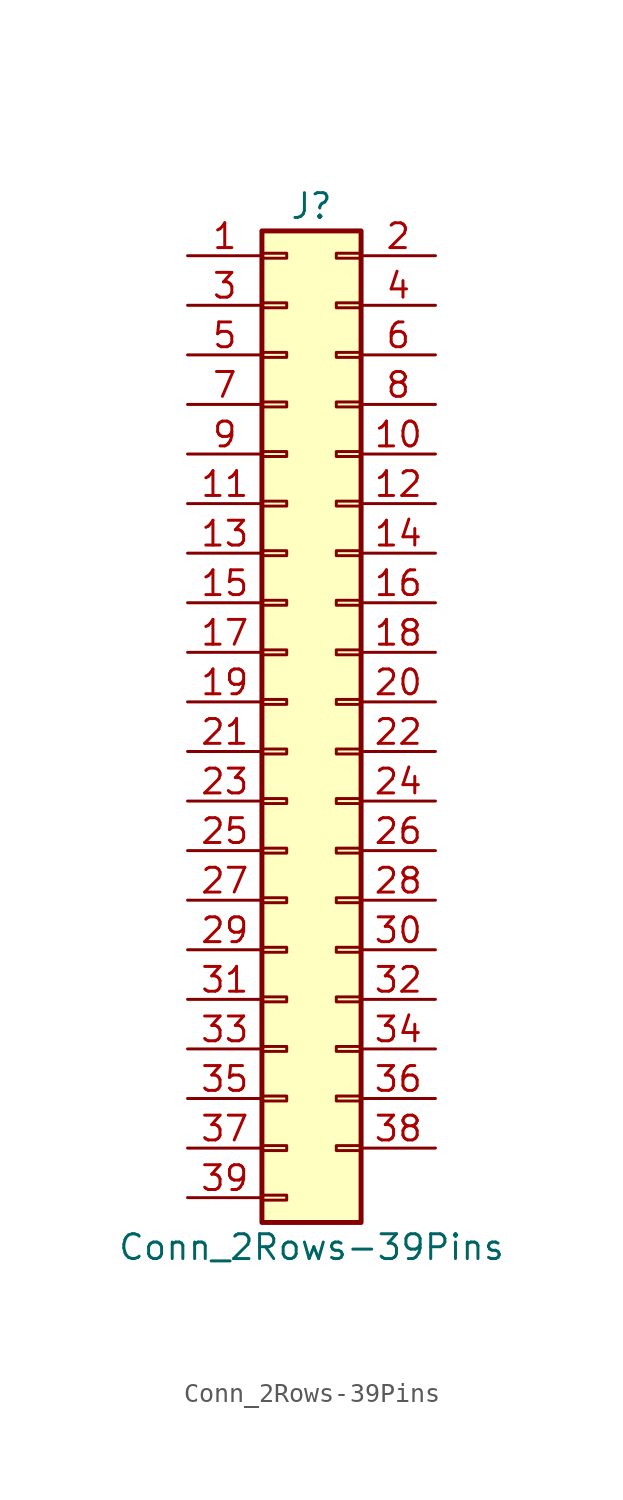
<source format=kicad_sym>
(kicad_symbol_lib
  (version 20200908)
  (generator kicad_symbol_editor)
  (symbol "Connector_Generic:Conn_2Rows-39Pins"
    (pin_names
      (offset 1.016) hide)
    (property "Reference" "J"
      (at 1.27 25.4 0)
      (effects (font (size 1.27 1.27))))
    (property "Value" "Conn_2Rows-39Pins"
      (at 1.27 -27.94 0)
      (effects (font (size 1.27 1.27))))
    (symbol "Conn_2Rows-39Pins_1_1"
      (rectangle (start -1.27 -4.953) (end 0 -5.207) (stroke (width 0.152)) (fill (type none)))
      (rectangle (start -1.27 -7.493) (end 0 -7.747) (stroke (width 0.152)) (fill (type none)))
      (rectangle (start -1.27 -10.033) (end 0 -10.287) (stroke (width 0.152)) (fill (type none)))
      (rectangle (start -1.27 -12.573) (end 0 -12.827) (stroke (width 0.152)) (fill (type none)))
      (rectangle (start -1.27 -15.113) (end 0 -15.367) (stroke (width 0.152)) (fill (type none)))
      (rectangle (start -1.27 -17.653) (end 0 -17.907) (stroke (width 0.152)) (fill (type none)))
      (rectangle (start -1.27 -20.193) (end 0 -20.447) (stroke (width 0.152)) (fill (type none)))
      (rectangle (start -1.27 -22.733) (end 0 -22.987) (stroke (width 0.152)) (fill (type none)))
      (rectangle (start -1.27 -2.413) (end 0 -2.667) (stroke (width 0.152)) (fill (type none)))
      (rectangle (start -1.27 -25.273) (end 0 -25.527) (stroke (width 0.152)) (fill (type none)))
      (rectangle (start -1.27 2.667) (end 0 2.413) (stroke (width 0.152)) (fill (type none)))
      (rectangle (start -1.27 5.207) (end 0 4.953) (stroke (width 0.152)) (fill (type none)))
      (rectangle (start -1.27 7.747) (end 0 7.493) (stroke (width 0.152)) (fill (type none)))
      (rectangle (start -1.27 10.287) (end 0 10.033) (stroke (width 0.152)) (fill (type none)))
      (rectangle (start -1.27 0.127) (end 0 -0.127) (stroke (width 0.152)) (fill (type none)))
      (rectangle (start -1.27 12.827) (end 0 12.573) (stroke (width 0.152)) (fill (type none)))
      (rectangle (start -1.27 15.367) (end 0 15.113) (stroke (width 0.152)) (fill (type none)))
      (rectangle (start -1.27 17.907) (end 0 17.653) (stroke (width 0.152)) (fill (type none)))
      (rectangle (start -1.27 20.447) (end 0 20.193) (stroke (width 0.152)) (fill (type none)))
      (rectangle (start -1.27 22.987) (end 0 22.733) (stroke (width 0.152)) (fill (type none)))
      (rectangle (start -1.27 24.13) (end 3.81 -26.67) (stroke (width 0.254)) (fill (type background)))
      (rectangle (start 3.81 -4.953) (end 2.54 -5.207) (stroke (width 0.152)) (fill (type none)))
      (rectangle (start 3.81 -7.493) (end 2.54 -7.747) (stroke (width 0.152)) (fill (type none)))
      (rectangle (start 3.81 -10.033) (end 2.54 -10.287) (stroke (width 0.152)) (fill (type none)))
      (rectangle (start 3.81 -12.573) (end 2.54 -12.827) (stroke (width 0.152)) (fill (type none)))
      (rectangle (start 3.81 -15.113) (end 2.54 -15.367) (stroke (width 0.152)) (fill (type none)))
      (rectangle (start 3.81 -17.653) (end 2.54 -17.907) (stroke (width 0.152)) (fill (type none)))
      (rectangle (start 3.81 -20.193) (end 2.54 -20.447) (stroke (width 0.152)) (fill (type none)))
      (rectangle (start 3.81 -22.733) (end 2.54 -22.987) (stroke (width 0.152)) (fill (type none)))
      (rectangle (start 3.81 -2.413) (end 2.54 -2.667) (stroke (width 0.152)) (fill (type none)))
      (rectangle (start 3.81 2.667) (end 2.54 2.413) (stroke (width 0.152)) (fill (type none)))
      (rectangle (start 3.81 5.207) (end 2.54 4.953) (stroke (width 0.152)) (fill (type none)))
      (rectangle (start 3.81 7.747) (end 2.54 7.493) (stroke (width 0.152)) (fill (type none)))
      (rectangle (start 3.81 10.287) (end 2.54 10.033) (stroke (width 0.152)) (fill (type none)))
      (rectangle (start 3.81 0.127) (end 2.54 -0.127) (stroke (width 0.152)) (fill (type none)))
      (rectangle (start 3.81 12.827) (end 2.54 12.573) (stroke (width 0.152)) (fill (type none)))
      (rectangle (start 3.81 15.367) (end 2.54 15.113) (stroke (width 0.152)) (fill (type none)))
      (rectangle (start 3.81 17.907) (end 2.54 17.653) (stroke (width 0.152)) (fill (type none)))
      (rectangle (start 3.81 20.447) (end 2.54 20.193) (stroke (width 0.152)) (fill (type none)))
      (rectangle (start 3.81 22.987) (end 2.54 22.733) (stroke (width 0.152)) (fill (type none)))
      (pin passive line (at -5.08 22.86 0) (length 3.81) (name "Pin_1" (effects (font (size 1.27 1.27)))) (number "1" (effects (font (size 1.27 1.27)))))
      (pin passive line (at 7.62 12.7 180) (length 3.81) (name "Pin_10" (effects (font (size 1.27 1.27)))) (number "10" (effects (font (size 1.27 1.27)))))
      (pin passive line (at -5.08 10.16 0) (length 3.81) (name "Pin_11" (effects (font (size 1.27 1.27)))) (number "11" (effects (font (size 1.27 1.27)))))
      (pin passive line (at 7.62 10.16 180) (length 3.81) (name "Pin_12" (effects (font (size 1.27 1.27)))) (number "12" (effects (font (size 1.27 1.27)))))
      (pin passive line (at -5.08 7.62 0) (length 3.81) (name "Pin_13" (effects (font (size 1.27 1.27)))) (number "13" (effects (font (size 1.27 1.27)))))
      (pin passive line (at 7.62 7.62 180) (length 3.81) (name "Pin_14" (effects (font (size 1.27 1.27)))) (number "14" (effects (font (size 1.27 1.27)))))
      (pin passive line (at -5.08 5.08 0) (length 3.81) (name "Pin_15" (effects (font (size 1.27 1.27)))) (number "15" (effects (font (size 1.27 1.27)))))
      (pin passive line (at 7.62 5.08 180) (length 3.81) (name "Pin_16" (effects (font (size 1.27 1.27)))) (number "16" (effects (font (size 1.27 1.27)))))
      (pin passive line (at -5.08 2.54 0) (length 3.81) (name "Pin_17" (effects (font (size 1.27 1.27)))) (number "17" (effects (font (size 1.27 1.27)))))
      (pin passive line (at 7.62 2.54 180) (length 3.81) (name "Pin_18" (effects (font (size 1.27 1.27)))) (number "18" (effects (font (size 1.27 1.27)))))
      (pin passive line (at -5.08 0 0) (length 3.81) (name "Pin_19" (effects (font (size 1.27 1.27)))) (number "19" (effects (font (size 1.27 1.27)))))
      (pin passive line (at 7.62 22.86 180) (length 3.81) (name "Pin_2" (effects (font (size 1.27 1.27)))) (number "2" (effects (font (size 1.27 1.27)))))
      (pin passive line (at 7.62 0 180) (length 3.81) (name "Pin_20" (effects (font (size 1.27 1.27)))) (number "20" (effects (font (size 1.27 1.27)))))
      (pin passive line (at -5.08 -2.54 0) (length 3.81) (name "Pin_21" (effects (font (size 1.27 1.27)))) (number "21" (effects (font (size 1.27 1.27)))))
      (pin passive line (at 7.62 -2.54 180) (length 3.81) (name "Pin_22" (effects (font (size 1.27 1.27)))) (number "22" (effects (font (size 1.27 1.27)))))
      (pin passive line (at -5.08 -5.08 0) (length 3.81) (name "Pin_23" (effects (font (size 1.27 1.27)))) (number "23" (effects (font (size 1.27 1.27)))))
      (pin passive line (at 7.62 -5.08 180) (length 3.81) (name "Pin_24" (effects (font (size 1.27 1.27)))) (number "24" (effects (font (size 1.27 1.27)))))
      (pin passive line (at -5.08 -7.62 0) (length 3.81) (name "Pin_25" (effects (font (size 1.27 1.27)))) (number "25" (effects (font (size 1.27 1.27)))))
      (pin passive line (at 7.62 -7.62 180) (length 3.81) (name "Pin_26" (effects (font (size 1.27 1.27)))) (number "26" (effects (font (size 1.27 1.27)))))
      (pin passive line (at -5.08 -10.16 0) (length 3.81) (name "Pin_27" (effects (font (size 1.27 1.27)))) (number "27" (effects (font (size 1.27 1.27)))))
      (pin passive line (at 7.62 -10.16 180) (length 3.81) (name "Pin_28" (effects (font (size 1.27 1.27)))) (number "28" (effects (font (size 1.27 1.27)))))
      (pin passive line (at -5.08 -12.7 0) (length 3.81) (name "Pin_29" (effects (font (size 1.27 1.27)))) (number "29" (effects (font (size 1.27 1.27)))))
      (pin passive line (at -5.08 20.32 0) (length 3.81) (name "Pin_3" (effects (font (size 1.27 1.27)))) (number "3" (effects (font (size 1.27 1.27)))))
      (pin passive line (at 7.62 -12.7 180) (length 3.81) (name "Pin_30" (effects (font (size 1.27 1.27)))) (number "30" (effects (font (size 1.27 1.27)))))
      (pin passive line (at -5.08 -15.24 0) (length 3.81) (name "Pin_31" (effects (font (size 1.27 1.27)))) (number "31" (effects (font (size 1.27 1.27)))))
      (pin passive line (at 7.62 -15.24 180) (length 3.81) (name "Pin_32" (effects (font (size 1.27 1.27)))) (number "32" (effects (font (size 1.27 1.27)))))
      (pin passive line (at -5.08 -17.78 0) (length 3.81) (name "Pin_33" (effects (font (size 1.27 1.27)))) (number "33" (effects (font (size 1.27 1.27)))))
      (pin passive line (at 7.62 -17.78 180) (length 3.81) (name "Pin_34" (effects (font (size 1.27 1.27)))) (number "34" (effects (font (size 1.27 1.27)))))
      (pin passive line (at -5.08 -20.32 0) (length 3.81) (name "Pin_35" (effects (font (size 1.27 1.27)))) (number "35" (effects (font (size 1.27 1.27)))))
      (pin passive line (at 7.62 -20.32 180) (length 3.81) (name "Pin_36" (effects (font (size 1.27 1.27)))) (number "36" (effects (font (size 1.27 1.27)))))
      (pin passive line (at -5.08 -22.86 0) (length 3.81) (name "Pin_37" (effects (font (size 1.27 1.27)))) (number "37" (effects (font (size 1.27 1.27)))))
      (pin passive line (at 7.62 -22.86 180) (length 3.81) (name "Pin_38" (effects (font (size 1.27 1.27)))) (number "38" (effects (font (size 1.27 1.27)))))
      (pin passive line (at -5.08 -25.4 0) (length 3.81) (name "Pin_39" (effects (font (size 1.27 1.27)))) (number "39" (effects (font (size 1.27 1.27)))))
      (pin passive line (at 7.62 20.32 180) (length 3.81) (name "Pin_4" (effects (font (size 1.27 1.27)))) (number "4" (effects (font (size 1.27 1.27)))))
      (pin passive line (at -5.08 17.78 0) (length 3.81) (name "Pin_5" (effects (font (size 1.27 1.27)))) (number "5" (effects (font (size 1.27 1.27)))))
      (pin passive line (at 7.62 17.78 180) (length 3.81) (name "Pin_6" (effects (font (size 1.27 1.27)))) (number "6" (effects (font (size 1.27 1.27)))))
      (pin passive line (at -5.08 15.24 0) (length 3.81) (name "Pin_7" (effects (font (size 1.27 1.27)))) (number "7" (effects (font (size 1.27 1.27)))))
      (pin passive line (at 7.62 15.24 180) (length 3.81) (name "Pin_8" (effects (font (size 1.27 1.27)))) (number "8" (effects (font (size 1.27 1.27)))))
      (pin passive line (at -5.08 12.7 0) (length 3.81) (name "Pin_9" (effects (font (size 1.27 1.27)))) (number "9" (effects (font (size 1.27 1.27))))))))
</source>
